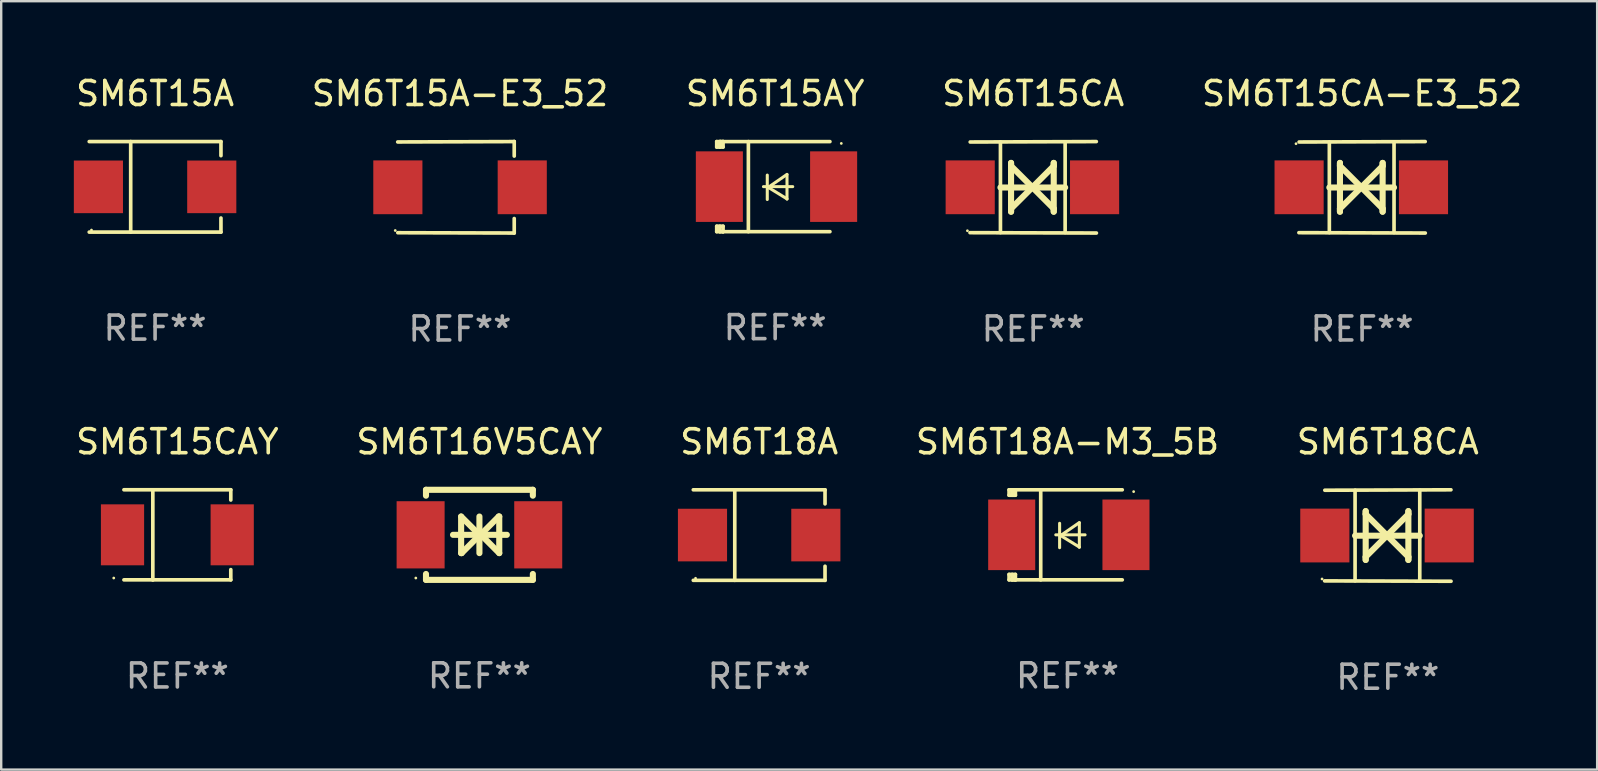
<source format=kicad_pcb>
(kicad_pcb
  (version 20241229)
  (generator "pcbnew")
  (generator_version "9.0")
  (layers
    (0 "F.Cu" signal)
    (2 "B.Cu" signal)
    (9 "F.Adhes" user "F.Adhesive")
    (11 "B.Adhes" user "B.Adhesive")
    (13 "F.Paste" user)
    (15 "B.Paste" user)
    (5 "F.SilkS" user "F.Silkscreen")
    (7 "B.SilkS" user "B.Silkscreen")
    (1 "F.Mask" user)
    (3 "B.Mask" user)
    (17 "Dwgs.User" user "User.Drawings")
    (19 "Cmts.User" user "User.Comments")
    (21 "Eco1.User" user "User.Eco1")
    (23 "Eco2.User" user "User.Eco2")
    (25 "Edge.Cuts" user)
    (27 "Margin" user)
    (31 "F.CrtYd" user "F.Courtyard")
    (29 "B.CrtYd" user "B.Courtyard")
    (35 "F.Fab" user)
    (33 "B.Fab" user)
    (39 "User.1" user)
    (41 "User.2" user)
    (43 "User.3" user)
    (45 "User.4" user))
  (footprint "SM6T18A"
    (layer "F.Cu")
    (at 28.577 19.241)
    (property "Reference" "SM6T18A" (at 0 -3.886 0) (layer "F.SilkS") (effects (font (size 1 1) (thickness 0.15))))
    (attr through_hole)
    (fp_line (start -2.744 -1.886) (end 2.744 -1.886) (stroke (width 0.152) (type solid)) (layer "F.SilkS"))
    (fp_line (start -2.744 1.886) (end 2.744 1.886) (stroke (width 0.152) (type solid)) (layer "F.SilkS"))
    (fp_line (start -1.016 -1.886) (end -1.016 1.886) (stroke (width 0.152) (type solid)) (layer "F.SilkS"))
    (fp_line (start 2.744 -1.886) (end 2.744 -1.299) (stroke (width 0.152) (type solid)) (layer "F.SilkS"))
    (fp_line (start 2.744 1.886) (end 2.744 1.299) (stroke (width 0.152) (type solid)) (layer "F.SilkS"))
    (fp_circle (center -2.65 1.8) (end -2.62 1.8) (stroke (width 0.06) (type solid)) (fill no) (layer "F.SilkS"))
    (fp_text user "REF**" (at 0 5.886 0) (layer "F.Fab") (effects (font (size 1 1) (thickness 0.15))))
    (pad "1" smd rect (at -2.361 0) (size 2.047 2.192) (layers "F.Cu" "F.Mask" "F.Paste"))
    (pad "2" smd rect (at 2.361 0) (size 2.047 2.192) (layers "F.Cu" "F.Mask" "F.Paste")))
  (footprint "SM6T18CA"
    (layer "F.Cu")
    (at 54.768 19.26)
    (property "Reference" "SM6T18CA" (at 0 -3.905 0) (layer "F.SilkS") (effects (font (size 1 1) (thickness 0.15))))
    (attr through_hole)
    (fp_line (start -1.365 1.886) (end -1.365 -1.886) (stroke (width 0.152) (type solid)) (layer "F.SilkS"))
    (fp_line (start -1.365 0.008) (end 1.33 0.008) (stroke (width 0.254) (type solid)) (layer "F.SilkS"))
    (fp_line (start -0.923 -1.016) (end -0.923 1.016) (stroke (width 0.254) (type solid)) (layer "F.SilkS"))
    (fp_line (start -0.923 -0.889) (end -0.923 -1.016) (stroke (width 0.254) (type solid)) (layer "F.SilkS"))
    (fp_line (start -0.923 0.889) (end -0.034 0) (stroke (width 0.254) (type solid)) (layer "F.SilkS"))
    (fp_line (start -0.923 1.016) (end -0.923 0.889) (stroke (width 0.254) (type solid)) (layer "F.SilkS"))
    (fp_line (start -0.034 0) (end -0.923 -0.889) (stroke (width 0.254) (type solid)) (layer "F.SilkS"))
    (fp_line (start -0.034 0) (end 0.855 0.889) (stroke (width 0.254) (type solid)) (layer "F.SilkS"))
    (fp_line (start 0.855 -1.016) (end 0.855 -0.889) (stroke (width 0.254) (type solid)) (layer "F.SilkS"))
    (fp_line (start 0.855 -0.889) (end -0.034 0) (stroke (width 0.254) (type solid)) (layer "F.SilkS"))
    (fp_line (start 0.855 0.889) (end 0.855 1.016) (stroke (width 0.254) (type solid)) (layer "F.SilkS"))
    (fp_line (start 0.855 1.016) (end 0.855 -1.016) (stroke (width 0.254) (type solid)) (layer "F.SilkS"))
    (fp_line (start 1.33 1.886) (end 1.33 -1.886) (stroke (width 0.152) (type solid)) (layer "F.SilkS"))
    (fp_line (start 2.629 -1.905) (end -2.625 -1.887) (stroke (width 0.152) (type solid)) (layer "F.SilkS"))
    (fp_line (start 2.633 1.905) (end -2.633 1.89) (stroke (width 0.152) (type solid)) (layer "F.SilkS"))
    (fp_circle (center -2.741 1.81) (end -2.711 1.81) (stroke (width 0.06) (type solid)) (fill no) (layer "F.SilkS"))
    (fp_text user "REF**" (at 0 5.905 0) (layer "F.Fab") (effects (font (size 1 1) (thickness 0.15))))
    (pad "1" smd rect (at -2.625 0) (size 2.047 2.241) (layers "F.Cu" "F.Mask" "F.Paste"))
    (pad "2" smd rect (at 2.557 0) (size 2.047 2.241) (layers "F.Cu" "F.Mask" "F.Paste")))
  (footprint "SM6T15CA-E3_52"
    (layer "F.Cu")
    (at 53.696 4.753)
    (property "Reference" "SM6T15CA-E3_52" (at 0 -3.905 0) (layer "F.SilkS") (effects (font (size 1 1) (thickness 0.15))))
    (attr through_hole)
    (fp_line (start -1.365 1.886) (end -1.365 -1.886) (stroke (width 0.152) (type solid)) (layer "F.SilkS"))
    (fp_line (start -1.365 0.008) (end 1.33 0.008) (stroke (width 0.254) (type solid)) (layer "F.SilkS"))
    (fp_line (start -0.923 -1.016) (end -0.923 1.016) (stroke (width 0.254) (type solid)) (layer "F.SilkS"))
    (fp_line (start -0.923 -0.889) (end -0.923 -1.016) (stroke (width 0.254) (type solid)) (layer "F.SilkS"))
    (fp_line (start -0.923 0.889) (end -0.034 0) (stroke (width 0.254) (type solid)) (layer "F.SilkS"))
    (fp_line (start -0.923 1.016) (end -0.923 0.889) (stroke (width 0.254) (type solid)) (layer "F.SilkS"))
    (fp_line (start -0.034 0) (end -0.923 -0.889) (stroke (width 0.254) (type solid)) (layer "F.SilkS"))
    (fp_line (start -0.034 0) (end 0.855 0.889) (stroke (width 0.254) (type solid)) (layer "F.SilkS"))
    (fp_line (start 0.855 -1.016) (end 0.855 -0.889) (stroke (width 0.254) (type solid)) (layer "F.SilkS"))
    (fp_line (start 0.855 -0.889) (end -0.034 0) (stroke (width 0.254) (type solid)) (layer "F.SilkS"))
    (fp_line (start 0.855 0.889) (end 0.855 1.016) (stroke (width 0.254) (type solid)) (layer "F.SilkS"))
    (fp_line (start 0.855 1.016) (end 0.855 -1.016) (stroke (width 0.254) (type solid)) (layer "F.SilkS"))
    (fp_line (start 1.33 1.886) (end 1.33 -1.886) (stroke (width 0.152) (type solid)) (layer "F.SilkS"))
    (fp_line (start 2.629 -1.905) (end -2.625 -1.887) (stroke (width 0.152) (type solid)) (layer "F.SilkS"))
    (fp_line (start 2.633 1.905) (end -2.633 1.89) (stroke (width 0.152) (type solid)) (layer "F.SilkS"))
    (fp_circle (center -2.753 -1.816) (end -2.723 -1.816) (stroke (width 0.06) (type solid)) (fill no) (layer "F.SilkS"))
    (fp_text user "REF**" (at 0 5.905 0) (layer "F.Fab") (effects (font (size 1 1) (thickness 0.15))))
    (pad "1" smd rect (at -2.625 0) (size 2.047 2.241) (layers "F.Cu" "F.Mask" "F.Paste"))
    (pad "2" smd rect (at 2.557 0) (size 2.047 2.241) (layers "F.Cu" "F.Mask" "F.Paste")))
  (footprint "SM6T15AY"
    (layer "F.Cu")
    (at 29.244 4.725)
    (property "Reference" "SM6T15AY" (at 0 -3.876 0) (layer "F.SilkS") (effects (font (size 1 1) (thickness 0.15))))
    (attr through_hole)
    (fp_line (start -2.435 1.65) (end -2.171 1.65) (stroke (width 0.152) (type solid)) (layer "F.SilkS"))
    (fp_line (start -2.435 1.876) (end -2.435 1.65) (stroke (width 0.152) (type solid)) (layer "F.SilkS"))
    (fp_line (start -2.435 -1.876) (end -2.171 -1.876) (stroke (width 0.152) (type solid)) (layer "F.SilkS"))
    (fp_line (start -2.435 -1.65) (end -2.435 -1.876) (stroke (width 0.152) (type solid)) (layer "F.SilkS"))
    (fp_line (start -2.305 -1.866) (end -2.295 -1.876) (stroke (width 0.152) (type solid)) (layer "F.SilkS"))
    (fp_line (start -2.305 -1.65) (end -2.305 -1.866) (stroke (width 0.152) (type solid)) (layer "F.SilkS"))
    (fp_line (start -2.305 1.876) (end -2.305 1.65) (stroke (width 0.152) (type solid)) (layer "F.SilkS"))
    (fp_line (start -2.295 -1.876) (end -2.295 -1.65) (stroke (width 0.152) (type solid)) (layer "F.SilkS"))
    (fp_line (start -2.171 1.876) (end -2.435 1.876) (stroke (width 0.152) (type solid)) (layer "F.SilkS"))
    (fp_line (start -2.171 -1.65) (end -2.435 -1.65) (stroke (width 0.152) (type solid)) (layer "F.SilkS"))
    (fp_line (start -2.171 -1.876) (end -2.295 -1.876) (stroke (width 0.152) (type solid)) (layer "F.SilkS"))
    (fp_line (start -2.171 -1.65) (end -2.171 -1.876) (stroke (width 0.152) (type solid)) (layer "F.SilkS"))
    (fp_line (start -2.171 1.876) (end -2.305 1.876) (stroke (width 0.152) (type solid)) (layer "F.SilkS"))
    (fp_line (start -2.171 1.876) (end -2.171 1.65) (stroke (width 0.152) (type solid)) (layer "F.SilkS"))
    (fp_line (start -1.116 1.876) (end -1.116 -1.876) (stroke (width 0.152) (type solid)) (layer "F.SilkS"))
    (fp_line (start -0.488 0.000102) (end 0.731 0.000102) (stroke (width 0.127) (type solid)) (layer "F.SilkS"))
    (fp_line (start -0.329 -0.48) (end -0.329 0.536) (stroke (width 0.127) (type solid)) (layer "F.SilkS"))
    (fp_line (start -0.29 0.03) (end 0.493 0.51) (stroke (width 0.127) (type solid)) (layer "F.SilkS"))
    (fp_line (start 0.493 -0.51) (end -0.29 0.03) (stroke (width 0.127) (type solid)) (layer "F.SilkS"))
    (fp_line (start 0.493 0.52) (end 0.493 -0.496) (stroke (width 0.127) (type solid)) (layer "F.SilkS"))
    (fp_line (start 2.281 -1.876) (end -2.171 -1.876) (stroke (width 0.152) (type solid)) (layer "F.SilkS"))
    (fp_line (start 2.281 1.876) (end -2.171 1.876) (stroke (width 0.152) (type solid)) (layer "F.SilkS"))
    (fp_circle (center 2.755 -1.8) (end 2.785 -1.8) (stroke (width 0.06) (type solid)) (fill no) (layer "F.SilkS"))
    (fp_text user "REF**" (at 0 5.876 0) (layer "F.Fab") (effects (font (size 1 1) (thickness 0.15))))
    (pad "1" smd rect (at 2.435 -0.000025 180) (size 1.96 2.94) (layers "F.Cu" "F.Mask" "F.Paste"))
    (pad "2" smd rect (at -2.325 -0.000025 180) (size 1.96 2.94) (layers "F.Cu" "F.Mask" "F.Paste")))
  (footprint "SM6T16V5CAY"
    (layer "F.Cu")
    (at 16.923 19.231)
    (property "Reference" "SM6T16V5CAY" (at 0 -3.876 0) (layer "F.SilkS") (effects (font (size 1 1) (thickness 0.15))))
    (attr through_hole)
    (fp_line (start -2.226 -1.876) (end -2.226 -1.631) (stroke (width 0.254) (type solid)) (layer "F.SilkS"))
    (fp_line (start -2.226 -1.876) (end 2.226 -1.876) (stroke (width 0.254) (type solid)) (layer "F.SilkS"))
    (fp_line (start -2.226 1.631) (end -2.226 1.876) (stroke (width 0.254) (type solid)) (layer "F.SilkS"))
    (fp_line (start -2.226 1.876) (end 2.226 1.876) (stroke (width 0.254) (type solid)) (layer "F.SilkS"))
    (fp_line (start -1.1 0) (end 1.143 0) (stroke (width 0.254) (type solid)) (layer "F.SilkS"))
    (fp_line (start -0.762 -0.762) (end -0.762 0.762) (stroke (width 0.254) (type solid)) (layer "F.SilkS"))
    (fp_line (start -0.762 0.762) (end -0.741 0.762) (stroke (width 0.254) (type solid)) (layer "F.SilkS"))
    (fp_line (start -0.741 0.762) (end 0.021 0) (stroke (width 0.254) (type solid)) (layer "F.SilkS"))
    (fp_line (start 0 -0.762) (end 0 0.762) (stroke (width 0.254) (type solid)) (layer "F.SilkS"))
    (fp_line (start 0 0) (end -0.762 -0.762) (stroke (width 0.254) (type solid)) (layer "F.SilkS"))
    (fp_line (start 0.021 0) (end 0 0) (stroke (width 0.254) (type solid)) (layer "F.SilkS"))
    (fp_line (start 0.042 0) (end 0.064 0) (stroke (width 0.254) (type solid)) (layer "F.SilkS"))
    (fp_line (start 0.064 0) (end 0.826 0.762) (stroke (width 0.254) (type solid)) (layer "F.SilkS"))
    (fp_line (start 0.804 -0.762) (end 0.042 0) (stroke (width 0.254) (type solid)) (layer "F.SilkS"))
    (fp_line (start 0.826 -0.762) (end 0.804 -0.762) (stroke (width 0.254) (type solid)) (layer "F.SilkS"))
    (fp_line (start 0.826 0.762) (end 0.826 -0.762) (stroke (width 0.254) (type solid)) (layer "F.SilkS"))
    (fp_line (start 2.226 -1.876) (end 2.226 -1.631) (stroke (width 0.254) (type solid)) (layer "F.SilkS"))
    (fp_line (start 2.226 1.631) (end 2.226 1.876) (stroke (width 0.254) (type solid)) (layer "F.SilkS"))
    (fp_circle (center -2.65 1.8) (end -2.62 1.8) (stroke (width 0.06) (type solid)) (fill no) (layer "F.SilkS"))
    (fp_text user "REF**" (at 0 5.876 0) (layer "F.Fab") (effects (font (size 1 1) (thickness 0.15))))
    (pad "1" smd rect (at -2.45 0 180) (size 2 2.8) (layers "F.Cu" "F.Mask" "F.Paste"))
    (pad "2" smd rect (at 2.45 0 180) (size 2 2.8) (layers "F.Cu" "F.Mask" "F.Paste")))
  (footprint "SM6T15A"
    (layer "F.Cu")
    (at 3.411 4.734)
    (property "Reference" "SM6T15A" (at 0 -3.886 0) (layer "F.SilkS") (effects (font (size 1 1) (thickness 0.15))))
    (attr through_hole)
    (fp_line (start -2.744 -1.886) (end 2.744 -1.886) (stroke (width 0.152) (type solid)) (layer "F.SilkS"))
    (fp_line (start -2.744 1.886) (end 2.744 1.886) (stroke (width 0.152) (type solid)) (layer "F.SilkS"))
    (fp_line (start -1.016 -1.886) (end -1.016 1.886) (stroke (width 0.152) (type solid)) (layer "F.SilkS"))
    (fp_line (start 2.744 -1.886) (end 2.744 -1.299) (stroke (width 0.152) (type solid)) (layer "F.SilkS"))
    (fp_line (start 2.744 1.886) (end 2.744 1.299) (stroke (width 0.152) (type solid)) (layer "F.SilkS"))
    (fp_circle (center -2.65 1.8) (end -2.62 1.8) (stroke (width 0.06) (type solid)) (fill no) (layer "F.SilkS"))
    (fp_text user "REF**" (at 0 5.886 0) (layer "F.Fab") (effects (font (size 1 1) (thickness 0.15))))
    (pad "1" smd rect (at -2.361 0) (size 2.047 2.192) (layers "F.Cu" "F.Mask" "F.Paste"))
    (pad "2" smd rect (at 2.361 0) (size 2.047 2.192) (layers "F.Cu" "F.Mask" "F.Paste")))
  (footprint "SM6T15CA"
    (layer "F.Cu")
    (at 39.994 4.753)
    (property "Reference" "SM6T15CA" (at 0 -3.905 0) (layer "F.SilkS") (effects (font (size 1 1) (thickness 0.15))))
    (attr through_hole)
    (fp_line (start -1.365 1.886) (end -1.365 -1.886) (stroke (width 0.152) (type solid)) (layer "F.SilkS"))
    (fp_line (start -1.365 0.008) (end 1.33 0.008) (stroke (width 0.254) (type solid)) (layer "F.SilkS"))
    (fp_line (start -0.923 -1.016) (end -0.923 1.016) (stroke (width 0.254) (type solid)) (layer "F.SilkS"))
    (fp_line (start -0.923 -0.889) (end -0.923 -1.016) (stroke (width 0.254) (type solid)) (layer "F.SilkS"))
    (fp_line (start -0.923 0.889) (end -0.034 0) (stroke (width 0.254) (type solid)) (layer "F.SilkS"))
    (fp_line (start -0.923 1.016) (end -0.923 0.889) (stroke (width 0.254) (type solid)) (layer "F.SilkS"))
    (fp_line (start -0.034 0) (end -0.923 -0.889) (stroke (width 0.254) (type solid)) (layer "F.SilkS"))
    (fp_line (start -0.034 0) (end 0.855 0.889) (stroke (width 0.254) (type solid)) (layer "F.SilkS"))
    (fp_line (start 0.855 -1.016) (end 0.855 -0.889) (stroke (width 0.254) (type solid)) (layer "F.SilkS"))
    (fp_line (start 0.855 -0.889) (end -0.034 0) (stroke (width 0.254) (type solid)) (layer "F.SilkS"))
    (fp_line (start 0.855 0.889) (end 0.855 1.016) (stroke (width 0.254) (type solid)) (layer "F.SilkS"))
    (fp_line (start 0.855 1.016) (end 0.855 -1.016) (stroke (width 0.254) (type solid)) (layer "F.SilkS"))
    (fp_line (start 1.33 1.886) (end 1.33 -1.886) (stroke (width 0.152) (type solid)) (layer "F.SilkS"))
    (fp_line (start 2.629 -1.905) (end -2.625 -1.887) (stroke (width 0.152) (type solid)) (layer "F.SilkS"))
    (fp_line (start 2.633 1.905) (end -2.633 1.89) (stroke (width 0.152) (type solid)) (layer "F.SilkS"))
    (fp_circle (center -2.741 1.81) (end -2.711 1.81) (stroke (width 0.06) (type solid)) (fill no) (layer "F.SilkS"))
    (fp_text user "REF**" (at 0 5.905 0) (layer "F.Fab") (effects (font (size 1 1) (thickness 0.15))))
    (pad "1" smd rect (at -2.625 0) (size 2.047 2.241) (layers "F.Cu" "F.Mask" "F.Paste"))
    (pad "2" smd rect (at 2.557 0) (size 2.047 2.241) (layers "F.Cu" "F.Mask" "F.Paste")))
  (footprint "SM6T15A-E3_52"
    (layer "F.Cu")
    (at 16.113 4.753)
    (property "Reference" "SM6T15A-E3_52" (at 0 -3.905 0) (layer "F.SilkS") (effects (font (size 1 1) (thickness 0.15))))
    (attr through_hole)
    (fp_line (start 2.256 -1.905) (end -2.594 -1.889) (stroke (width 0.152) (type solid)) (layer "F.SilkS"))
    (fp_line (start 2.256 -1.905) (end 2.26 -1.905) (stroke (width 0.152) (type solid)) (layer "F.SilkS"))
    (fp_line (start 2.26 -1.905) (end 2.26 -1.301) (stroke (width 0.152) (type solid)) (layer "F.SilkS"))
    (fp_line (start 2.26 1.301) (end 2.26 1.905) (stroke (width 0.152) (type solid)) (layer "F.SilkS"))
    (fp_line (start 2.26 1.905) (end -2.59 1.892) (stroke (width 0.152) (type solid)) (layer "F.SilkS"))
    (fp_circle (center -2.697 1.8) (end -2.667 1.8) (stroke (width 0.06) (type solid)) (fill no) (layer "F.SilkS"))
    (fp_text user "REF**" (at 0 5.905 0) (layer "F.Fab") (effects (font (size 1 1) (thickness 0.15))))
    (pad "1" smd rect (at -2.588 0) (size 2.047 2.241) (layers "F.Cu" "F.Mask" "F.Paste"))
    (pad "2" smd rect (at 2.594 0) (size 2.047 2.241) (layers "F.Cu" "F.Mask" "F.Paste")))
  (footprint "SM6T15CAY"
    (layer "F.Cu")
    (at 4.339 19.234)
    (property "Reference" "SM6T15CAY" (at 0 -3.88 0) (layer "F.SilkS") (effects (font (size 1 1) (thickness 0.15))))
    (attr through_hole)
    (fp_line (start -2.226 -1.88) (end 2.226 -1.88) (stroke (width 0.152) (type solid)) (layer "F.SilkS"))
    (fp_line (start -2.226 1.873) (end 2.226 1.873) (stroke (width 0.152) (type solid)) (layer "F.SilkS"))
    (fp_line (start -1.022 -1.873) (end -1.022 1.88) (stroke (width 0.152) (type solid)) (layer "F.SilkS"))
    (fp_line (start 2.226 -1.88) (end 2.226 -1.453) (stroke (width 0.152) (type solid)) (layer "F.SilkS"))
    (fp_line (start 2.226 1.447) (end 2.226 1.873) (stroke (width 0.152) (type solid)) (layer "F.SilkS"))
    (fp_circle (center -2.65 1.797) (end -2.62 1.797) (stroke (width 0.06) (type solid)) (fill no) (layer "F.SilkS"))
    (fp_text user "REF**" (at 0 5.88 0) (layer "F.Fab") (effects (font (size 1 1) (thickness 0.15))))
    (pad "1" smd rect (at -2.285 -0.003) (size 1.8 2.54) (layers "F.Cu" "F.Mask" "F.Paste"))
    (pad "2" smd rect (at 2.285 -0.003) (size 1.8 2.54) (layers "F.Cu" "F.Mask" "F.Paste")))
  (footprint "SM6T18A-M3_5B"
    (layer "F.Cu")
    (at 41.423 19.231)
    (property "Reference" "SM6T18A-M3_5B" (at 0 -3.876 0) (layer "F.SilkS") (effects (font (size 1 1) (thickness 0.15))))
    (attr through_hole)
    (fp_line (start -2.435 1.65) (end -2.171 1.65) (stroke (width 0.152) (type solid)) (layer "F.SilkS"))
    (fp_line (start -2.435 1.876) (end -2.435 1.65) (stroke (width 0.152) (type solid)) (layer "F.SilkS"))
    (fp_line (start -2.435 -1.876) (end -2.171 -1.876) (stroke (width 0.152) (type solid)) (layer "F.SilkS"))
    (fp_line (start -2.435 -1.65) (end -2.435 -1.876) (stroke (width 0.152) (type solid)) (layer "F.SilkS"))
    (fp_line (start -2.305 -1.866) (end -2.295 -1.876) (stroke (width 0.152) (type solid)) (layer "F.SilkS"))
    (fp_line (start -2.305 -1.65) (end -2.305 -1.866) (stroke (width 0.152) (type solid)) (layer "F.SilkS"))
    (fp_line (start -2.305 1.876) (end -2.305 1.65) (stroke (width 0.152) (type solid)) (layer "F.SilkS"))
    (fp_line (start -2.295 -1.876) (end -2.295 -1.65) (stroke (width 0.152) (type solid)) (layer "F.SilkS"))
    (fp_line (start -2.171 1.876) (end -2.435 1.876) (stroke (width 0.152) (type solid)) (layer "F.SilkS"))
    (fp_line (start -2.171 -1.65) (end -2.435 -1.65) (stroke (width 0.152) (type solid)) (layer "F.SilkS"))
    (fp_line (start -2.171 -1.876) (end -2.295 -1.876) (stroke (width 0.152) (type solid)) (layer "F.SilkS"))
    (fp_line (start -2.171 -1.65) (end -2.171 -1.876) (stroke (width 0.152) (type solid)) (layer "F.SilkS"))
    (fp_line (start -2.171 1.876) (end -2.305 1.876) (stroke (width 0.152) (type solid)) (layer "F.SilkS"))
    (fp_line (start -2.171 1.876) (end -2.171 1.65) (stroke (width 0.152) (type solid)) (layer "F.SilkS"))
    (fp_line (start -1.116 1.876) (end -1.116 -1.876) (stroke (width 0.152) (type solid)) (layer "F.SilkS"))
    (fp_line (start -0.488 0.000102) (end 0.731 0.000102) (stroke (width 0.127) (type solid)) (layer "F.SilkS"))
    (fp_line (start -0.329 -0.48) (end -0.329 0.536) (stroke (width 0.127) (type solid)) (layer "F.SilkS"))
    (fp_line (start -0.29 0.03) (end 0.493 0.51) (stroke (width 0.127) (type solid)) (layer "F.SilkS"))
    (fp_line (start 0.493 -0.51) (end -0.29 0.03) (stroke (width 0.127) (type solid)) (layer "F.SilkS"))
    (fp_line (start 0.493 0.52) (end 0.493 -0.496) (stroke (width 0.127) (type solid)) (layer "F.SilkS"))
    (fp_line (start 2.281 -1.876) (end -2.171 -1.876) (stroke (width 0.152) (type solid)) (layer "F.SilkS"))
    (fp_line (start 2.281 1.876) (end -2.171 1.876) (stroke (width 0.152) (type solid)) (layer "F.SilkS"))
    (fp_circle (center 2.755 -1.8) (end 2.785 -1.8) (stroke (width 0.06) (type solid)) (fill no) (layer "F.SilkS"))
    (fp_text user "REF**" (at 0 5.876 0) (layer "F.Fab") (effects (font (size 1 1) (thickness 0.15))))
    (pad "1" smd rect (at 2.435 -0.000025 180) (size 1.96 2.94) (layers "F.Cu" "F.Mask" "F.Paste"))
    (pad "2" smd rect (at -2.325 -0.000025 180) (size 1.96 2.94) (layers "F.Cu" "F.Mask" "F.Paste")))
  (gr_rect
    (start -3 -3)
    (end 63.488 29.013)
    (stroke (width 0.1) (type default))
    (fill no)
    (layer "Edge.Cuts")))
</source>
